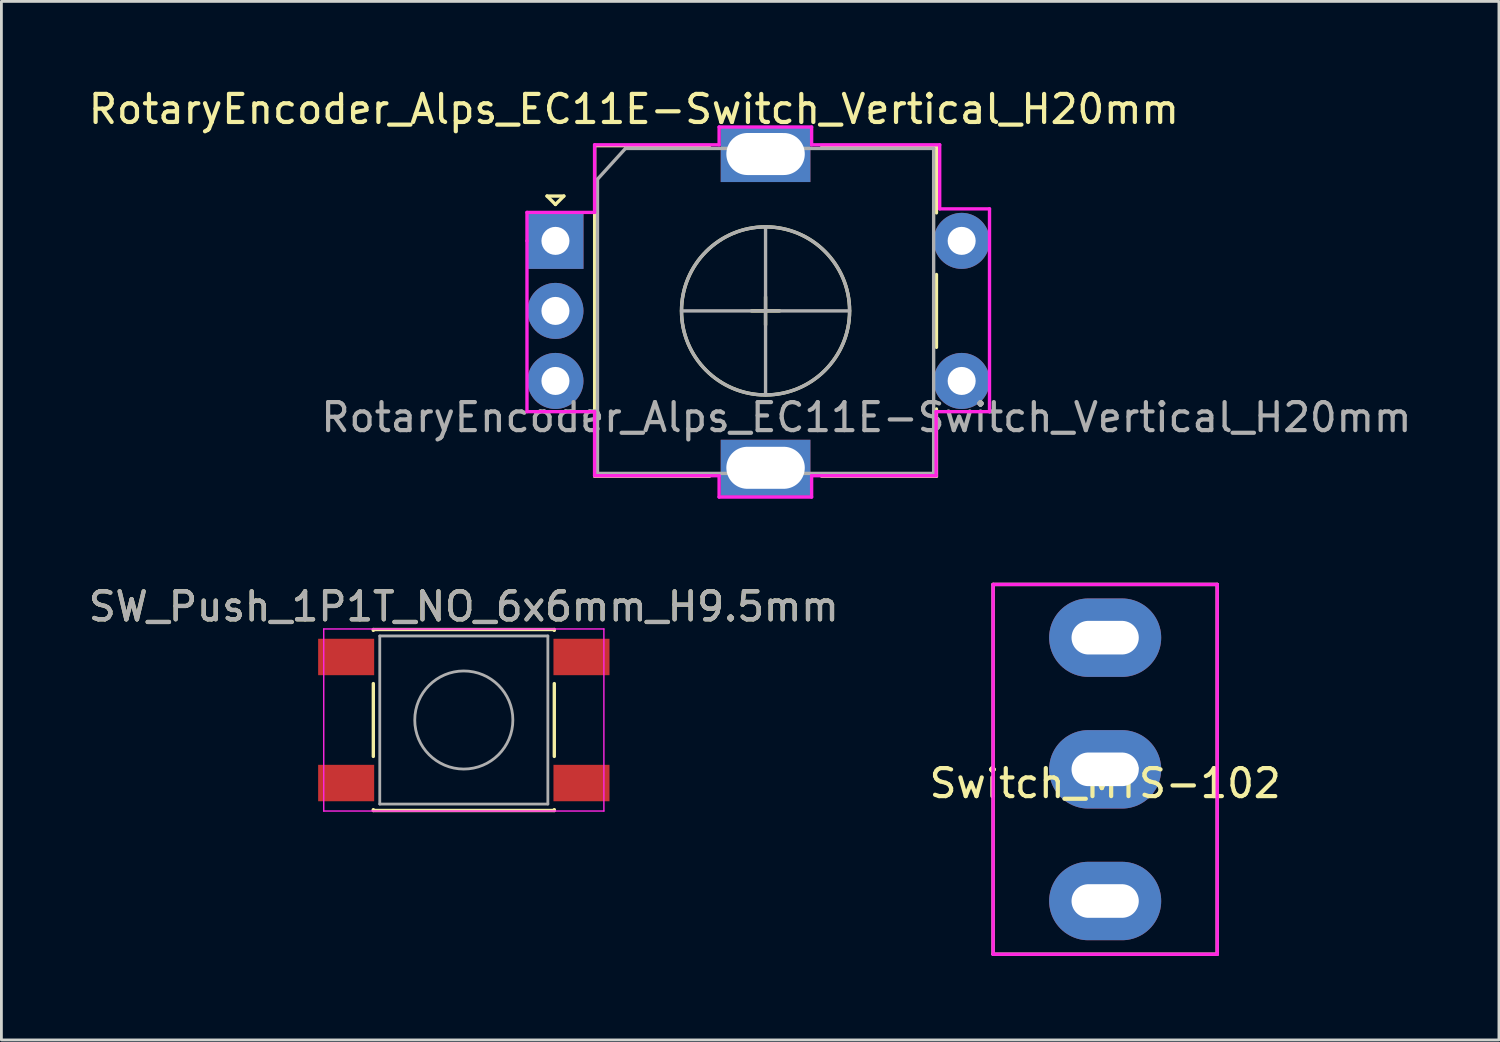
<source format=kicad_pcb>
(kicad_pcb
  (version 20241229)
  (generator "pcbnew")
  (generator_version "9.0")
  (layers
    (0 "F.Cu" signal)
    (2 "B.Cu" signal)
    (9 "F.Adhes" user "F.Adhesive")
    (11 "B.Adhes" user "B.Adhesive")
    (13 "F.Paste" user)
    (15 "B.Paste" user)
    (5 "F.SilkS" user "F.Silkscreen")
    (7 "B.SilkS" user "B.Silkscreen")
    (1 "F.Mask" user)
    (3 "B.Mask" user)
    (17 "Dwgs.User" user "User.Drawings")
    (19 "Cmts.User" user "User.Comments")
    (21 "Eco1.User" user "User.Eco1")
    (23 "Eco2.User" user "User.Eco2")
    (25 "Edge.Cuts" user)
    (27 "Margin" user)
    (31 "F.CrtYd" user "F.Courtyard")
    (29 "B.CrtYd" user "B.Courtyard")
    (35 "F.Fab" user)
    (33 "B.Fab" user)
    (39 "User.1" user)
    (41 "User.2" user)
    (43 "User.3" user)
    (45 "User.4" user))
  (footprint "Switch_MTS-102"
    (layer "F.Cu")
    (at 36.399 24.412)
    (property "Reference" "Switch_MTS-102" (at 0 0.5 0) (layer "F.SilkS") (effects (font (size 1 1) (thickness 0.15))))
    (attr through_hole)
    (fp_line (start -4 -6.6) (end -4 6.6) (stroke (width 0.12) (type solid)) (layer "F.SilkS"))
    (fp_line (start -4 6.6) (end 4 6.6) (stroke (width 0.12) (type solid)) (layer "F.SilkS"))
    (fp_line (start 4 -6.6) (end -4 -6.6) (stroke (width 0.12) (type solid)) (layer "F.SilkS"))
    (fp_line (start 4 0) (end 4 -6.6) (stroke (width 0.12) (type solid)) (layer "F.SilkS"))
    (fp_line (start 4 6.6) (end 4 0) (stroke (width 0.12) (type solid)) (layer "F.SilkS"))
    (fp_line (start -4 -6.6) (end -4 6.6) (stroke (width 0.12) (type solid)) (layer "F.CrtYd"))
    (fp_line (start -4 6.6) (end 4 6.6) (stroke (width 0.12) (type solid)) (layer "F.CrtYd"))
    (fp_line (start 4 -6.6) (end -4 -6.6) (stroke (width 0.12) (type solid)) (layer "F.CrtYd"))
    (fp_line (start 4 6.6) (end 4 -6.6) (stroke (width 0.12) (type solid)) (layer "F.CrtYd"))
    (pad "1" thru_hole oval (at 0 -4.7) (size 4 2.8) (drill oval 2.4 1.2) (layers "*.Cu" "*.Mask"))
    (pad "2" thru_hole oval (at 0 0) (size 4 2.8) (drill oval 2.4 1.2) (layers "*.Cu" "*.Mask"))
    (pad "3" thru_hole oval (at 0 4.7) (size 4 2.8) (drill oval 2.4 1.2) (layers "*.Cu" "*.Mask")))
  (footprint "SW_Push_1P1T_NO_6x6mm_H9.5mm"
    (layer "F.Cu")
    (at 13.506 22.651)
    (property "Reference" "SW_Push_1P1T_NO_6x6mm_H9.5mm" (at 0 -4.05 0) (layer "F.SilkS") (effects (font (size 1 1) (thickness 0.15))))
    (attr smd)
    (fp_line (start -3.23 -3.23) (end 3.23 -3.23) (stroke (width 0.12) (type solid)) (layer "F.SilkS"))
    (fp_line (start -3.23 -3.2) (end -3.23 -3.23) (stroke (width 0.12) (type solid)) (layer "F.SilkS"))
    (fp_line (start -3.23 -1.3) (end -3.23 1.3) (stroke (width 0.12) (type solid)) (layer "F.SilkS"))
    (fp_line (start -3.23 3.23) (end -3.23 3.2) (stroke (width 0.12) (type solid)) (layer "F.SilkS"))
    (fp_line (start -3.23 3.23) (end 3.23 3.23) (stroke (width 0.12) (type solid)) (layer "F.SilkS"))
    (fp_line (start 3.23 -3.23) (end 3.23 -3.2) (stroke (width 0.12) (type solid)) (layer "F.SilkS"))
    (fp_line (start 3.23 -1.3) (end 3.23 1.3) (stroke (width 0.12) (type solid)) (layer "F.SilkS"))
    (fp_line (start 3.23 3.23) (end 3.23 3.2) (stroke (width 0.12) (type solid)) (layer "F.SilkS"))
    (fp_line (start -5 -3.25) (end -5 3.25) (stroke (width 0.05) (type solid)) (layer "F.CrtYd"))
    (fp_line (start -5 -3.25) (end 5 -3.25) (stroke (width 0.05) (type solid)) (layer "F.CrtYd"))
    (fp_line (start -5 3.25) (end 5 3.25) (stroke (width 0.05) (type solid)) (layer "F.CrtYd"))
    (fp_line (start 5 3.25) (end 5 -3.25) (stroke (width 0.05) (type solid)) (layer "F.CrtYd"))
    (fp_line (start -3 -3) (end -3 3) (stroke (width 0.1) (type solid)) (layer "F.Fab"))
    (fp_line (start -3 3) (end 3 3) (stroke (width 0.1) (type solid)) (layer "F.Fab"))
    (fp_line (start 3 -3) (end -3 -3) (stroke (width 0.1) (type solid)) (layer "F.Fab"))
    (fp_line (start 3 3) (end 3 -3) (stroke (width 0.1) (type solid)) (layer "F.Fab"))
    (fp_circle (center 0 0) (end 1.75 -0.05) (stroke (width 0.1) (type solid)) (fill no) (layer "F.Fab"))
    (fp_text user "${REFERENCE}" (at 0 -4.05 0) (layer "F.Fab") (effects (font (size 1 1) (thickness 0.15))))
    (pad "1" smd rect (at -4.2 -2.25) (size 2 1.3) (layers "F.Cu" "F.Mask" "F.Paste"))
    (pad "1" smd rect (at 4.2 -2.25) (size 2 1.3) (layers "F.Cu" "F.Mask" "F.Paste"))
    (pad "2" smd rect (at -4.2 2.25) (size 2 1.3) (layers "F.Cu" "F.Mask" "F.Paste"))
    (pad "2" smd rect (at 4.2 2.25) (size 2 1.3) (layers "F.Cu" "F.Mask" "F.Paste")))
  (footprint "RotaryEncoder_Alps_EC11E-Switch_Vertical_H20mm"
    (layer "F.Cu")
    (at 24.277 8.048)
    (property "Reference" "RotaryEncoder_Alps_EC11E-Switch_Vertical_H20mm" (at -4.7 -7.2 0) (layer "F.SilkS") (effects (font (size 1 1) (thickness 0.15))))
    (attr through_hole)
    (fp_line (start -7.8 -4.1) (end -7.2 -4.1) (stroke (width 0.12) (type solid)) (layer "F.SilkS"))
    (fp_line (start -7.5 -3.8) (end -7.8 -4.1) (stroke (width 0.12) (type solid)) (layer "F.SilkS"))
    (fp_line (start -7.2 -4.1) (end -7.5 -3.8) (stroke (width 0.12) (type solid)) (layer "F.SilkS"))
    (fp_line (start -6.1 -5.9) (end -6.1 5.9) (stroke (width 0.12) (type solid)) (layer "F.SilkS"))
    (fp_line (start -2 -5.9) (end -6.1 -5.9) (stroke (width 0.12) (type solid)) (layer "F.SilkS"))
    (fp_line (start -2 5.9) (end -6.1 5.9) (stroke (width 0.12) (type solid)) (layer "F.SilkS"))
    (fp_line (start -0.5 0) (end 0.5 0) (stroke (width 0.12) (type solid)) (layer "F.SilkS"))
    (fp_line (start 0 -0.5) (end 0 0.5) (stroke (width 0.12) (type solid)) (layer "F.SilkS"))
    (fp_line (start 2 -5.9) (end 6.1 -5.9) (stroke (width 0.12) (type solid)) (layer "F.SilkS"))
    (fp_line (start 6.1 -5.9) (end 6.1 -3.5) (stroke (width 0.12) (type solid)) (layer "F.SilkS"))
    (fp_line (start 6.1 -1.3) (end 6.1 1.3) (stroke (width 0.12) (type solid)) (layer "F.SilkS"))
    (fp_line (start 6.1 3.5) (end 6.1 5.9) (stroke (width 0.12) (type solid)) (layer "F.SilkS"))
    (fp_line (start 6.1 5.9) (end 2 5.9) (stroke (width 0.12) (type solid)) (layer "F.SilkS"))
    (fp_circle (center 0 0) (end 3 0) (stroke (width 0.12) (type solid)) (fill no) (layer "F.SilkS"))
    (fp_line (start -8.516 -3.516) (end -6.103 -3.516) (stroke (width 0.12) (type solid)) (layer "F.CrtYd"))
    (fp_line (start -8.516 -2.5) (end -8.516 -3.516) (stroke (width 0.12) (type solid)) (layer "F.CrtYd"))
    (fp_line (start -8.516 3.596) (end -8.516 -2.5) (stroke (width 0.12) (type solid)) (layer "F.CrtYd"))
    (fp_line (start -6.103 -5.929) (end -1.658 -5.929) (stroke (width 0.12) (type solid)) (layer "F.CrtYd"))
    (fp_line (start -6.103 -3.516) (end -6.103 -5.929) (stroke (width 0.12) (type solid)) (layer "F.CrtYd"))
    (fp_line (start -6.103 3.596) (end -8.516 3.596) (stroke (width 0.12) (type solid)) (layer "F.CrtYd"))
    (fp_line (start -6.103 5.882) (end -6.103 3.596) (stroke (width 0.12) (type solid)) (layer "F.CrtYd"))
    (fp_line (start -1.658 -6.564) (end 1.644 -6.564) (stroke (width 0.12) (type solid)) (layer "F.CrtYd"))
    (fp_line (start -1.658 -5.929) (end -1.658 -6.564) (stroke (width 0.12) (type solid)) (layer "F.CrtYd"))
    (fp_line (start -1.658 5.882) (end -6.103 5.882) (stroke (width 0.12) (type solid)) (layer "F.CrtYd"))
    (fp_line (start -1.658 6.644) (end -1.658 5.882) (stroke (width 0.12) (type solid)) (layer "F.CrtYd"))
    (fp_line (start 1.644 -6.564) (end 1.644 -5.929) (stroke (width 0.12) (type solid)) (layer "F.CrtYd"))
    (fp_line (start 1.644 -5.929) (end 6.216 -5.929) (stroke (width 0.12) (type solid)) (layer "F.CrtYd"))
    (fp_line (start 1.644 5.882) (end 1.644 6.644) (stroke (width 0.12) (type solid)) (layer "F.CrtYd"))
    (fp_line (start 1.644 6.644) (end -1.658 6.644) (stroke (width 0.12) (type solid)) (layer "F.CrtYd"))
    (fp_line (start 6.089 3.596) (end 6.089 5.882) (stroke (width 0.12) (type solid)) (layer "F.CrtYd"))
    (fp_line (start 6.089 5.882) (end 1.644 5.882) (stroke (width 0.12) (type solid)) (layer "F.CrtYd"))
    (fp_line (start 6.216 -5.929) (end 6.216 -3.643) (stroke (width 0.12) (type solid)) (layer "F.CrtYd"))
    (fp_line (start 6.216 -3.643) (end 7.994 -3.643) (stroke (width 0.12) (type solid)) (layer "F.CrtYd"))
    (fp_line (start 7.994 -3.643) (end 7.994 3.596) (stroke (width 0.12) (type solid)) (layer "F.CrtYd"))
    (fp_line (start 7.994 3.596) (end 6.089 3.596) (stroke (width 0.12) (type solid)) (layer "F.CrtYd"))
    (fp_line (start -6 -4.7) (end -5 -5.8) (stroke (width 0.12) (type solid)) (layer "F.Fab"))
    (fp_line (start -6 5.8) (end -6 -4.7) (stroke (width 0.12) (type solid)) (layer "F.Fab"))
    (fp_line (start -5 -5.8) (end 6 -5.8) (stroke (width 0.12) (type solid)) (layer "F.Fab"))
    (fp_line (start -3 0) (end 3 0) (stroke (width 0.12) (type solid)) (layer "F.Fab"))
    (fp_line (start 0 -3) (end 0 3) (stroke (width 0.12) (type solid)) (layer "F.Fab"))
    (fp_line (start 6 -5.8) (end 6 5.8) (stroke (width 0.12) (type solid)) (layer "F.Fab"))
    (fp_line (start 6 5.8) (end -6 5.8) (stroke (width 0.12) (type solid)) (layer "F.Fab"))
    (fp_circle (center 0 0) (end 3 0) (stroke (width 0.12) (type solid)) (fill no) (layer "F.Fab"))
    (fp_text user "${REFERENCE}" (at 3.6 3.8 0) (layer "F.Fab") (effects (font (size 1 1) (thickness 0.15))))
    (pad "A" thru_hole rect (at -7.5 -2.5) (size 2 2) (drill 1) (layers "*.Cu" "*.Mask"))
    (pad "B" thru_hole circle (at -7.5 2.5) (size 2 2) (drill 1) (layers "*.Cu" "*.Mask"))
    (pad "C" thru_hole circle (at -7.5 0) (size 2 2) (drill 1) (layers "*.Cu" "*.Mask"))
    (pad "MP" thru_hole rect (at 0 -5.6) (size 3.2 2) (drill oval 2.8 1.5) (layers "*.Cu" "*.Mask"))
    (pad "MP" thru_hole rect (at 0 5.6) (size 3.2 2) (drill oval 2.8 1.5) (layers "*.Cu" "*.Mask"))
    (pad "S1" thru_hole circle (at 7 2.5) (size 2 2) (drill 1) (layers "*.Cu" "*.Mask"))
    (pad "S2" thru_hole circle (at 7 -2.5) (size 2 2) (drill 1) (layers "*.Cu" "*.Mask")))
  (gr_rect
    (start -3 -3)
    (end 50.455 34.072)
    (stroke (width 0.1) (type default))
    (fill no)
    (layer "Edge.Cuts")))
</source>
